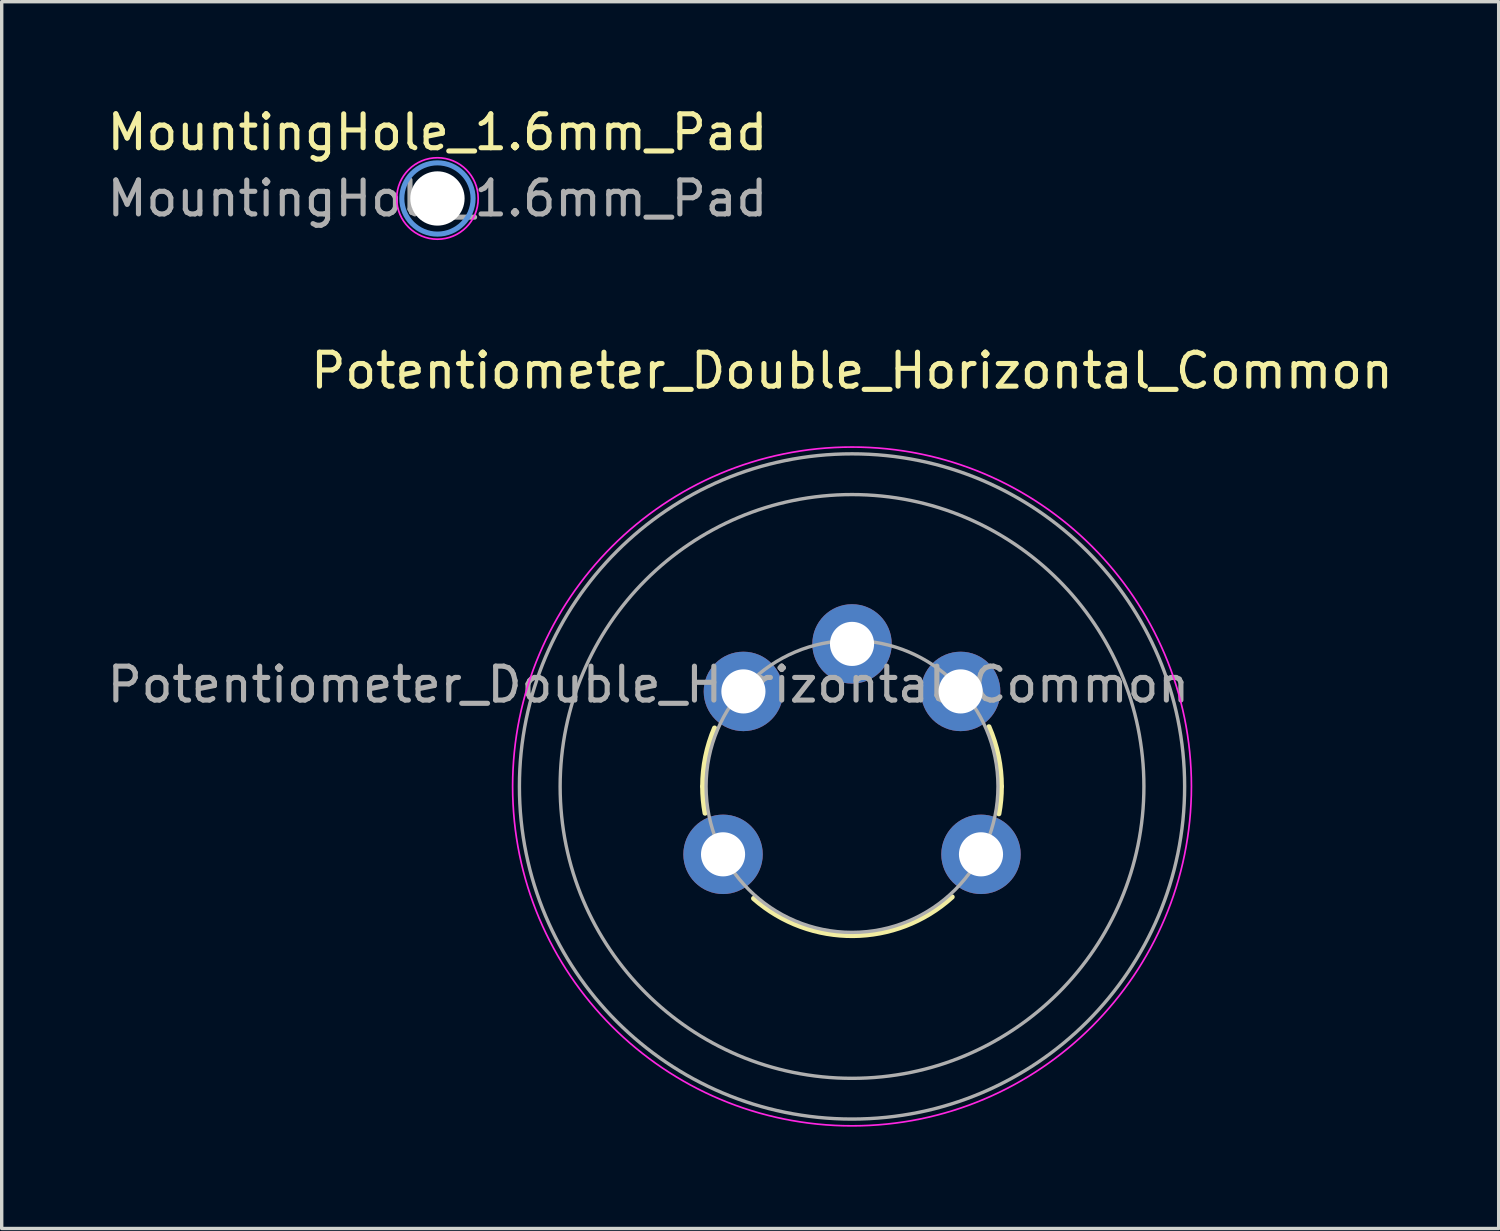
<source format=kicad_pcb>
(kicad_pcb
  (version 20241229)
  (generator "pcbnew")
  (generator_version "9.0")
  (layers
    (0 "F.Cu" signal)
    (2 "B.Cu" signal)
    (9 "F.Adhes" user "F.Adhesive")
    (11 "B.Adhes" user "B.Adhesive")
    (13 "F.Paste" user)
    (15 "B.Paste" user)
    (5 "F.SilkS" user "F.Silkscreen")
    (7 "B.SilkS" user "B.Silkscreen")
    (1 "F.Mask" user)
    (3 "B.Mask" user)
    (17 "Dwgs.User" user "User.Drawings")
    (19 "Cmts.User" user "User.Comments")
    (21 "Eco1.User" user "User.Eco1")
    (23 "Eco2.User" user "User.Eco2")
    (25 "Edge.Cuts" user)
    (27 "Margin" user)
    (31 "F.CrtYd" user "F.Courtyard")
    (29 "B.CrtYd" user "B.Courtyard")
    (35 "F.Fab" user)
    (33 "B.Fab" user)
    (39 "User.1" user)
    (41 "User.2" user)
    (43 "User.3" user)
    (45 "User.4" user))
  (footprint "MountingHole_1.6mm_Pad"
    (layer "F.Cu")
    (at 9.839 2.798)
    (property "Reference" "MountingHole_1.6mm_Pad" (at 0 -1.95 0) (layer "F.SilkS") (effects (font (size 1 1) (thickness 0.15))))
    (attr exclude_from_pos_files exclude_from_bom)
    (fp_circle (center 0 0) (end 1.05 0) (stroke (width 0.15) (type solid)) (fill no) (layer "Cmts.User"))
    (fp_circle (center 0 0) (end 1.2 0) (stroke (width 0.05) (type solid)) (fill no) (layer "F.CrtYd"))
    (fp_text user "${REFERENCE}" (at 0 0 0) (layer "F.Fab") (effects (font (size 1 1) (thickness 0.15))))
    (pad "MP" thru_hole circle (at 0 0) (size 2.3 2.3) (drill 1.6) (layers "*.Cu" "*.Mask") (remove_unused_layers yes) (zone_layer_connections)))
  (footprint "Potentiometer_Double_Horizontal_Common"
    (layer "F.Cu")
    (at 22.054 22.122)
    (property "Reference" "Potentiometer_Double_Horizontal_Common" (at 0 -14.25 0) (layer "F.SilkS") (effects (font (size 1 1) (thickness 0.15))))
    (attr through_hole)
    (fp_arc (start -4.4 -2) (mid -4.311473 -2.878178) (end -4.049456 -3.721019) (stroke (width 0.15) (type default)) (layer "F.SilkS"))
    (fp_arc (start -4.329028 -1.212904) (mid -4.382221 -1.604855) (end -4.4 -2) (stroke (width 0.15) (type default)) (layer "F.SilkS"))
    (fp_arc (start 2.950103 1.255286) (mid 0.033577 2.393048) (end -2.9 1.3) (stroke (width 0.15) (type default)) (layer "F.SilkS"))
    (fp_arc (start 4.033463 -3.758175) (mid 4.307391 -2.897988) (end 4.4 -2) (stroke (width 0.15) (type default)) (layer "F.SilkS"))
    (fp_arc (start 4.4 -2) (mid 4.381404 -1.595895) (end 4.325772 -1.195205) (stroke (width 0.15) (type default)) (layer "F.SilkS"))
    (fp_circle (center 0 -2) (end 10 -2) (stroke (width 0.05) (type default)) (fill no) (layer "F.CrtYd"))
    (fp_circle (center 0 -2) (end 4.3 -2) (stroke (width 0.1) (type default)) (fill no) (layer "F.Fab"))
    (fp_circle (center 0 -2) (end 8.6 -2) (stroke (width 0.1) (type default)) (fill no) (layer "F.Fab"))
    (fp_circle (center 0 -2) (end 9.8 -2) (stroke (width 0.1) (type default)) (fill no) (layer "F.Fab"))
    (fp_text user "${REFERENCE}" (at -6 -5 0) (layer "F.Fab") (effects (font (size 1 1) (thickness 0.15))))
    (pad "1" thru_hole circle (at -3.8 0) (size 2.34 2.34) (drill 1.3) (layers "*.Cu" "*.Mask"))
    (pad "2" thru_hole circle (at -3.2 -4.8) (size 2.34 2.34) (drill 1.3) (layers "*.Cu" "*.Mask"))
    (pad "3" thru_hole circle (at 0 -6.2) (size 2.34 2.34) (drill 1.3) (layers "*.Cu" "*.Mask"))
    (pad "4" thru_hole circle (at 3.2 -4.8) (size 2.34 2.34) (drill 1.3) (layers "*.Cu" "*.Mask"))
    (pad "5" thru_hole circle (at 3.8 0) (size 2.34 2.34) (drill 1.3) (layers "*.Cu" "*.Mask")))
  (gr_rect
    (start -3 -3)
    (end 41.107 33.147)
    (stroke (width 0.1) (type default))
    (fill no)
    (layer "Edge.Cuts")))
</source>
